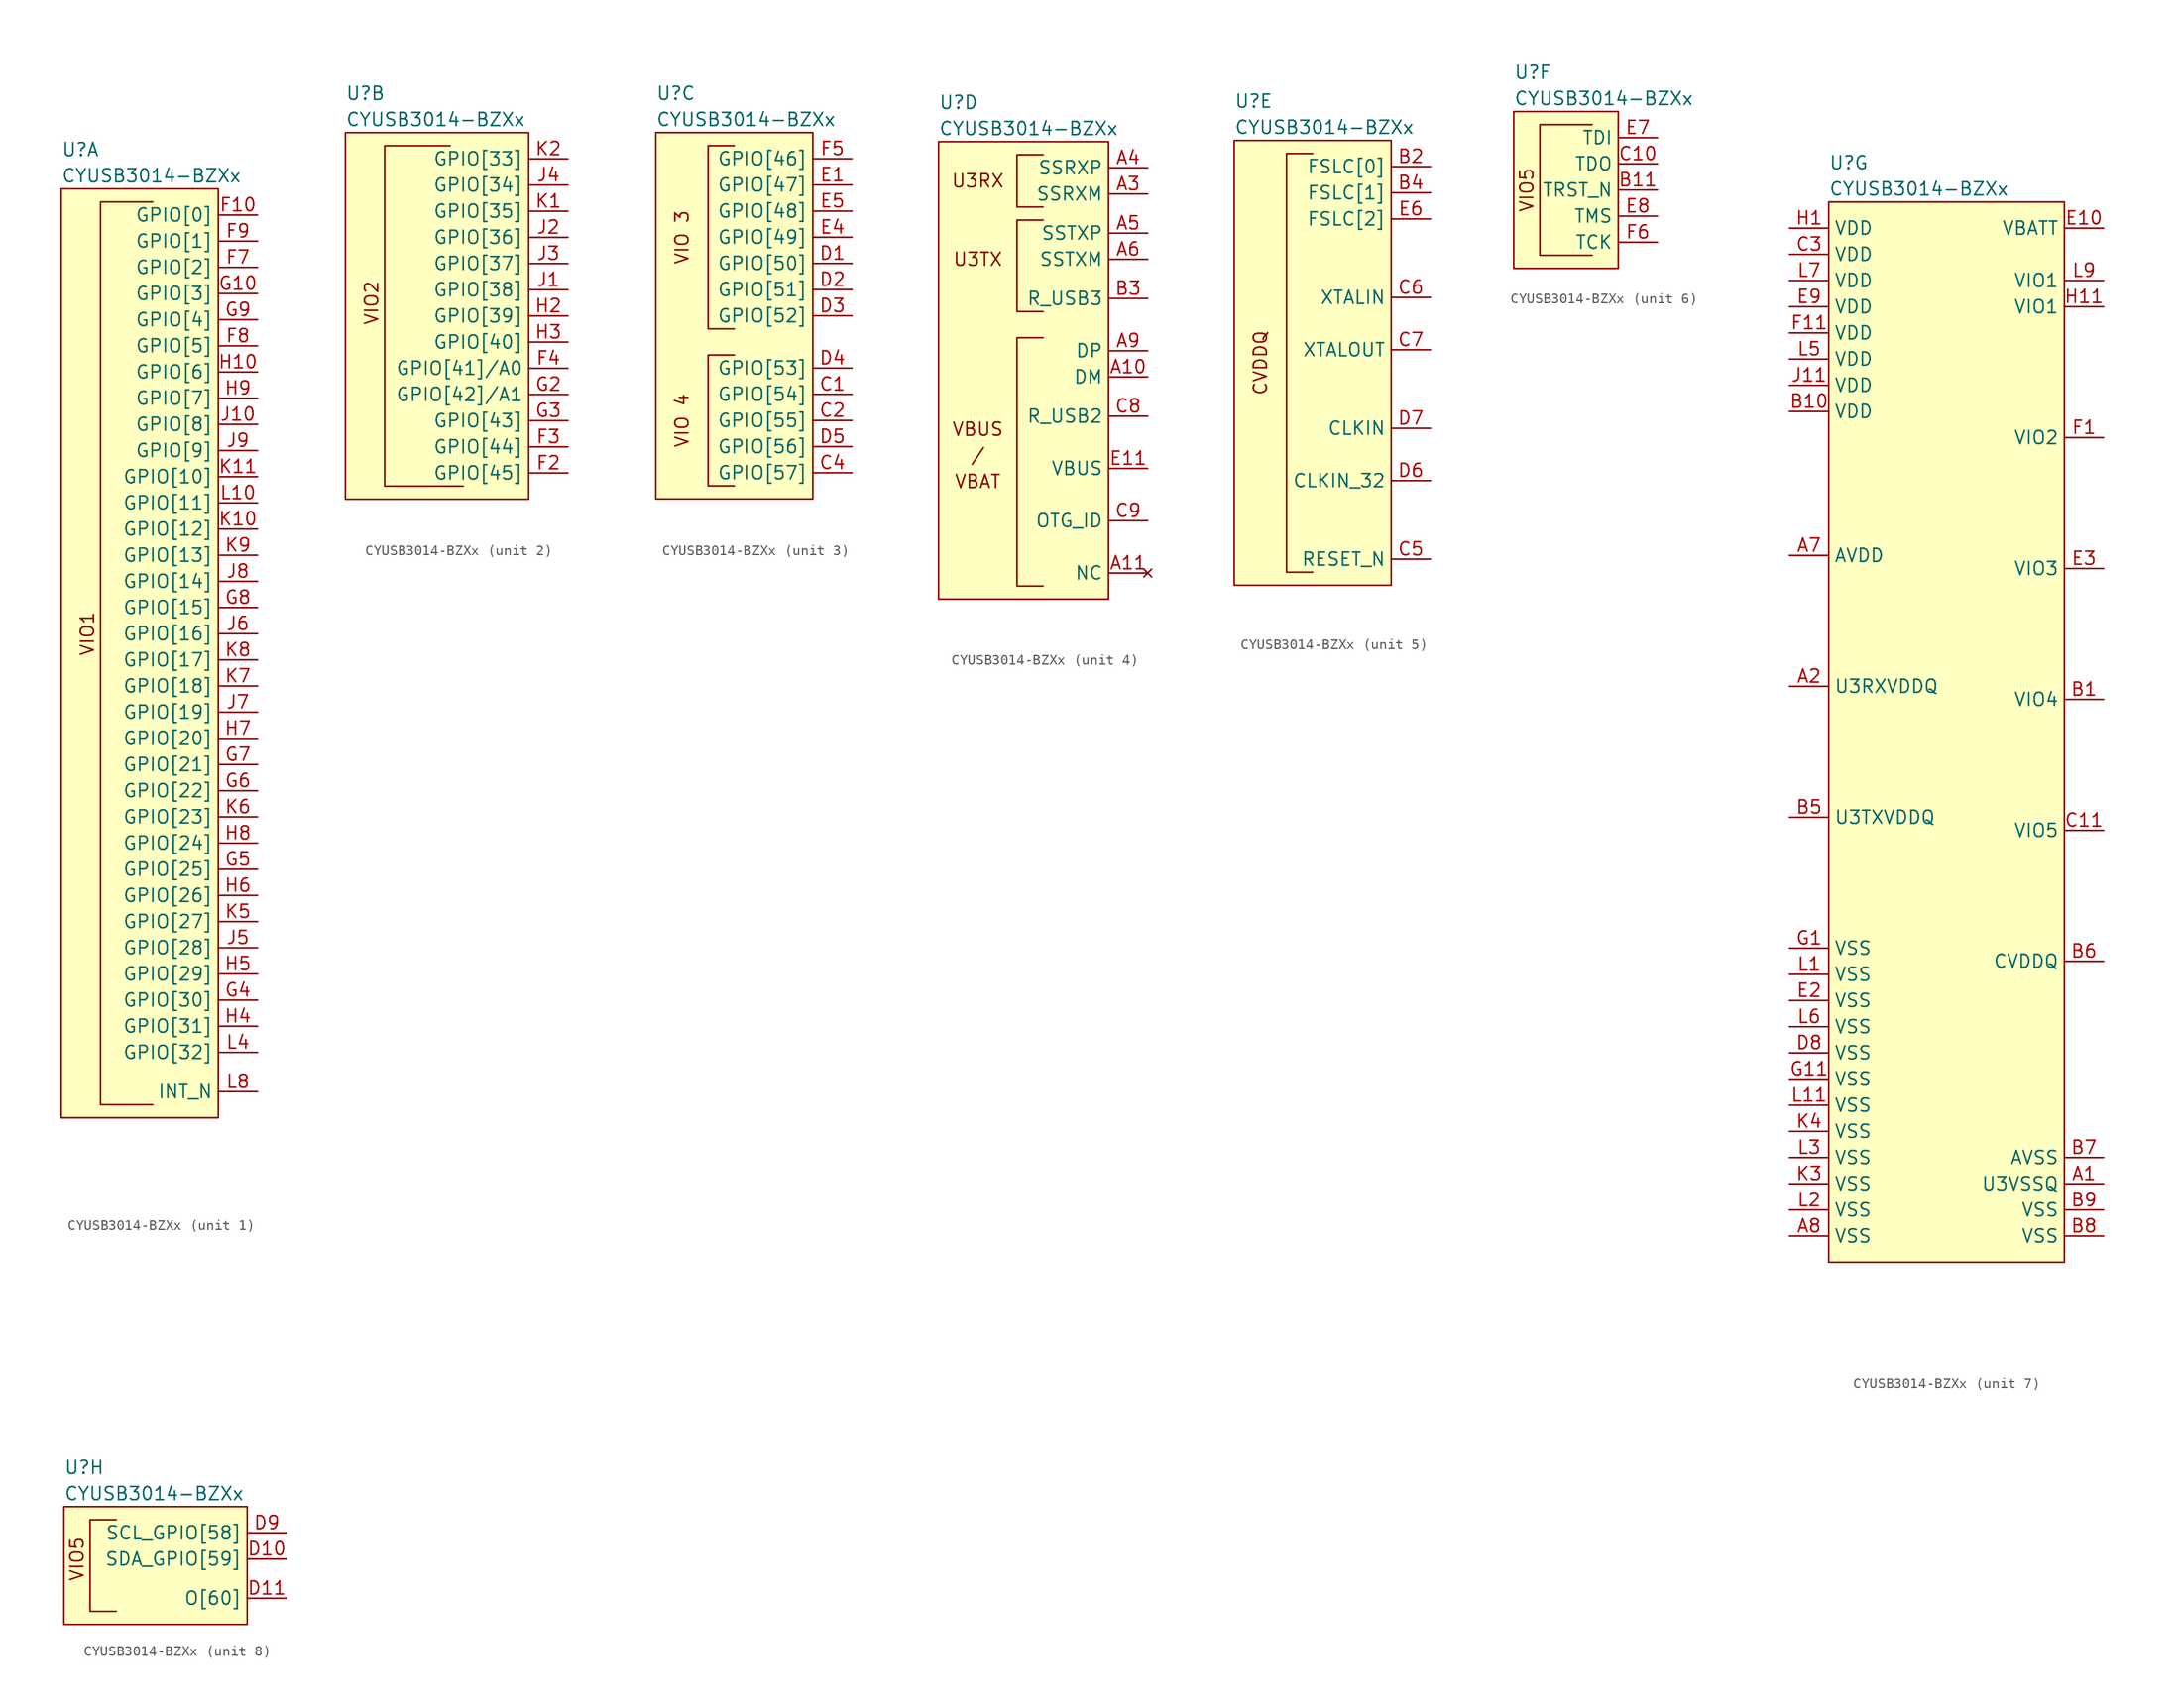
<source format=kicad_sym>
(kicad_symbol_lib
  (version 20211014)
  (generator kicad_symbol_editor)
  (symbol "CYUSB3014-BZXx"
    (property "Reference" "U"
      (at -5.08 30.48 0)
      (effects (font (size 1.27 1.27)) (justify left)))
    (property "Value" "CYUSB3014-BZXx"
      (at -5.08 27.94 0)
      (effects (font (size 1.27 1.27)) (justify left)))
    (property "ki_locked" ""
      (at 0 0 0)
      (effects (font (size 1.27 1.27))))
    (symbol "CYUSB3014-BZXx_1_0"
      (polyline (pts (xy 3.81 25.4) (xy -1.27 25.4) (xy -1.27 -13.97) (xy -1.27 -62.23) (xy 3.81 -62.23)) (stroke (width 0) (type default) (color 0 0 0 0)) (fill (type none))))
    (symbol "CYUSB3014-BZXx_1_1"
      (rectangle (start 10.16 26.67) (end -5.08 -63.5) (stroke (width 0) (type default) (color 0 0 0 0)) (fill (type background)))
      (text "VIO1" (at -2.54 -16.51 900) (effects (font (size 1.27 1.27))))
      (pin bidirectional line (at 13.97 24.13 180) (length 3.81) (name "GPIO[0]" (effects (font (size 1.27 1.27)))) (number "F10" (effects (font (size 1.27 1.27)))))
      (pin bidirectional line (at 13.97 19.05 180) (length 3.81) (name "GPIO[2]" (effects (font (size 1.27 1.27)))) (number "F7" (effects (font (size 1.27 1.27)))))
      (pin bidirectional line (at 13.97 11.43 180) (length 3.81) (name "GPIO[5]" (effects (font (size 1.27 1.27)))) (number "F8" (effects (font (size 1.27 1.27)))))
      (pin bidirectional line (at 13.97 21.59 180) (length 3.81) (name "GPIO[1]" (effects (font (size 1.27 1.27)))) (number "F9" (effects (font (size 1.27 1.27)))))
      (pin bidirectional line (at 13.97 16.51 180) (length 3.81) (name "GPIO[3]" (effects (font (size 1.27 1.27)))) (number "G10" (effects (font (size 1.27 1.27)))))
      (pin bidirectional line (at 13.97 -52.07 180) (length 3.81) (name "GPIO[30]" (effects (font (size 1.27 1.27)))) (number "G4" (effects (font (size 1.27 1.27)))))
      (pin bidirectional line (at 13.97 -39.37 180) (length 3.81) (name "GPIO[25]" (effects (font (size 1.27 1.27)))) (number "G5" (effects (font (size 1.27 1.27)))))
      (pin bidirectional line (at 13.97 -31.75 180) (length 3.81) (name "GPIO[22]" (effects (font (size 1.27 1.27)))) (number "G6" (effects (font (size 1.27 1.27)))))
      (pin bidirectional line (at 13.97 -29.21 180) (length 3.81) (name "GPIO[21]" (effects (font (size 1.27 1.27)))) (number "G7" (effects (font (size 1.27 1.27)))))
      (pin bidirectional line (at 13.97 -13.97 180) (length 3.81) (name "GPIO[15]" (effects (font (size 1.27 1.27)))) (number "G8" (effects (font (size 1.27 1.27)))))
      (pin bidirectional line (at 13.97 13.97 180) (length 3.81) (name "GPIO[4]" (effects (font (size 1.27 1.27)))) (number "G9" (effects (font (size 1.27 1.27)))))
      (pin bidirectional line (at 13.97 8.89 180) (length 3.81) (name "GPIO[6]" (effects (font (size 1.27 1.27)))) (number "H10" (effects (font (size 1.27 1.27)))))
      (pin bidirectional line (at 13.97 -54.61 180) (length 3.81) (name "GPIO[31]" (effects (font (size 1.27 1.27)))) (number "H4" (effects (font (size 1.27 1.27)))))
      (pin bidirectional line (at 13.97 -49.53 180) (length 3.81) (name "GPIO[29]" (effects (font (size 1.27 1.27)))) (number "H5" (effects (font (size 1.27 1.27)))))
      (pin bidirectional line (at 13.97 -41.91 180) (length 3.81) (name "GPIO[26]" (effects (font (size 1.27 1.27)))) (number "H6" (effects (font (size 1.27 1.27)))))
      (pin bidirectional line (at 13.97 -26.67 180) (length 3.81) (name "GPIO[20]" (effects (font (size 1.27 1.27)))) (number "H7" (effects (font (size 1.27 1.27)))))
      (pin bidirectional line (at 13.97 -36.83 180) (length 3.81) (name "GPIO[24]" (effects (font (size 1.27 1.27)))) (number "H8" (effects (font (size 1.27 1.27)))))
      (pin bidirectional line (at 13.97 6.35 180) (length 3.81) (name "GPIO[7]" (effects (font (size 1.27 1.27)))) (number "H9" (effects (font (size 1.27 1.27)))))
      (pin bidirectional line (at 13.97 3.81 180) (length 3.81) (name "GPIO[8]" (effects (font (size 1.27 1.27)))) (number "J10" (effects (font (size 1.27 1.27)))))
      (pin bidirectional line (at 13.97 -46.99 180) (length 3.81) (name "GPIO[28]" (effects (font (size 1.27 1.27)))) (number "J5" (effects (font (size 1.27 1.27)))))
      (pin bidirectional line (at 13.97 -16.51 180) (length 3.81) (name "GPIO[16]" (effects (font (size 1.27 1.27)))) (number "J6" (effects (font (size 1.27 1.27)))))
      (pin bidirectional line (at 13.97 -24.13 180) (length 3.81) (name "GPIO[19]" (effects (font (size 1.27 1.27)))) (number "J7" (effects (font (size 1.27 1.27)))))
      (pin bidirectional line (at 13.97 -11.43 180) (length 3.81) (name "GPIO[14]" (effects (font (size 1.27 1.27)))) (number "J8" (effects (font (size 1.27 1.27)))))
      (pin bidirectional line (at 13.97 1.27 180) (length 3.81) (name "GPIO[9]" (effects (font (size 1.27 1.27)))) (number "J9" (effects (font (size 1.27 1.27)))))
      (pin bidirectional line (at 13.97 -6.35 180) (length 3.81) (name "GPIO[12]" (effects (font (size 1.27 1.27)))) (number "K10" (effects (font (size 1.27 1.27)))))
      (pin bidirectional line (at 13.97 -1.27 180) (length 3.81) (name "GPIO[10]" (effects (font (size 1.27 1.27)))) (number "K11" (effects (font (size 1.27 1.27)))))
      (pin bidirectional line (at 13.97 -44.45 180) (length 3.81) (name "GPIO[27]" (effects (font (size 1.27 1.27)))) (number "K5" (effects (font (size 1.27 1.27)))))
      (pin bidirectional line (at 13.97 -34.29 180) (length 3.81) (name "GPIO[23]" (effects (font (size 1.27 1.27)))) (number "K6" (effects (font (size 1.27 1.27)))))
      (pin bidirectional line (at 13.97 -21.59 180) (length 3.81) (name "GPIO[18]" (effects (font (size 1.27 1.27)))) (number "K7" (effects (font (size 1.27 1.27)))))
      (pin bidirectional line (at 13.97 -19.05 180) (length 3.81) (name "GPIO[17]" (effects (font (size 1.27 1.27)))) (number "K8" (effects (font (size 1.27 1.27)))))
      (pin bidirectional line (at 13.97 -8.89 180) (length 3.81) (name "GPIO[13]" (effects (font (size 1.27 1.27)))) (number "K9" (effects (font (size 1.27 1.27)))))
      (pin bidirectional line (at 13.97 -3.81 180) (length 3.81) (name "GPIO[11]" (effects (font (size 1.27 1.27)))) (number "L10" (effects (font (size 1.27 1.27)))))
      (pin bidirectional line (at 13.97 -57.15 180) (length 3.81) (name "GPIO[32]" (effects (font (size 1.27 1.27)))) (number "L4" (effects (font (size 1.27 1.27)))))
      (pin bidirectional line (at 13.97 -60.96 180) (length 3.81) (name "INT_N" (effects (font (size 1.27 1.27)))) (number "L8" (effects (font (size 1.27 1.27))))))
    (symbol "CYUSB3014-BZXx_2_1"
      (polyline (pts (xy 5.08 25.4) (xy -1.27 25.4) (xy -1.27 -7.62) (xy 6.35 -7.62)) (stroke (width 0) (type default) (color 0 0 0 0)) (fill (type none)))
      (rectangle (start 12.7 26.67) (end -5.08 -8.89) (stroke (width 0) (type default) (color 0 0 0 0)) (fill (type background)))
      (text "VIO2" (at -2.54 10.16 900) (effects (font (size 1.27 1.27))))
      (pin bidirectional line (at 16.51 -6.35 180) (length 3.81) (name "GPIO[45]" (effects (font (size 1.27 1.27)))) (number "F2" (effects (font (size 1.27 1.27)))))
      (pin bidirectional line (at 16.51 -3.81 180) (length 3.81) (name "GPIO[44]" (effects (font (size 1.27 1.27)))) (number "F3" (effects (font (size 1.27 1.27)))))
      (pin bidirectional line (at 16.51 3.81 180) (length 3.81) (name "GPIO[41]/A0" (effects (font (size 1.27 1.27)))) (number "F4" (effects (font (size 1.27 1.27)))))
      (pin bidirectional line (at 16.51 1.27 180) (length 3.81) (name "GPIO[42]/A1" (effects (font (size 1.27 1.27)))) (number "G2" (effects (font (size 1.27 1.27)))))
      (pin bidirectional line (at 16.51 -1.27 180) (length 3.81) (name "GPIO[43]" (effects (font (size 1.27 1.27)))) (number "G3" (effects (font (size 1.27 1.27)))))
      (pin bidirectional line (at 16.51 8.89 180) (length 3.81) (name "GPIO[39]" (effects (font (size 1.27 1.27)))) (number "H2" (effects (font (size 1.27 1.27)))))
      (pin bidirectional line (at 16.51 6.35 180) (length 3.81) (name "GPIO[40]" (effects (font (size 1.27 1.27)))) (number "H3" (effects (font (size 1.27 1.27)))))
      (pin bidirectional line (at 16.51 11.43 180) (length 3.81) (name "GPIO[38]" (effects (font (size 1.27 1.27)))) (number "J1" (effects (font (size 1.27 1.27)))))
      (pin bidirectional line (at 16.51 16.51 180) (length 3.81) (name "GPIO[36]" (effects (font (size 1.27 1.27)))) (number "J2" (effects (font (size 1.27 1.27)))))
      (pin bidirectional line (at 16.51 13.97 180) (length 3.81) (name "GPIO[37]" (effects (font (size 1.27 1.27)))) (number "J3" (effects (font (size 1.27 1.27)))))
      (pin bidirectional line (at 16.51 21.59 180) (length 3.81) (name "GPIO[34]" (effects (font (size 1.27 1.27)))) (number "J4" (effects (font (size 1.27 1.27)))))
      (pin bidirectional line (at 16.51 19.05 180) (length 3.81) (name "GPIO[35]" (effects (font (size 1.27 1.27)))) (number "K1" (effects (font (size 1.27 1.27)))))
      (pin bidirectional line (at 16.51 24.13 180) (length 3.81) (name "GPIO[33]" (effects (font (size 1.27 1.27)))) (number "K2" (effects (font (size 1.27 1.27))))))
    (symbol "CYUSB3014-BZXx_3_0"
      (polyline (pts (xy 2.54 5.08) (xy 0 5.08) (xy 0 -7.62) (xy 2.54 -7.62)) (stroke (width 0) (type default) (color 0 0 0 0)) (fill (type none)))
      (polyline (pts (xy 2.54 25.4) (xy 0 25.4) (xy 0 7.62) (xy 2.54 7.62)) (stroke (width 0) (type default) (color 0 0 0 0)) (fill (type none))))
    (symbol "CYUSB3014-BZXx_3_1"
      (rectangle (start -5.08 26.67) (end 10.16 -8.89) (stroke (width 0) (type default) (color 0 0 0 0)) (fill (type background)))
      (text "VIO 3" (at -2.54 16.51 900) (effects (font (size 1.27 1.27))))
      (text "VIO 4" (at -2.54 -1.27 900) (effects (font (size 1.27 1.27))))
      (pin bidirectional line (at 13.97 1.27 180) (length 3.81) (name "GPIO[54]" (effects (font (size 1.27 1.27)))) (number "C1" (effects (font (size 1.27 1.27)))))
      (pin bidirectional line (at 13.97 -1.27 180) (length 3.81) (name "GPIO[55]" (effects (font (size 1.27 1.27)))) (number "C2" (effects (font (size 1.27 1.27)))))
      (pin bidirectional line (at 13.97 -6.35 180) (length 3.81) (name "GPIO[57]" (effects (font (size 1.27 1.27)))) (number "C4" (effects (font (size 1.27 1.27)))))
      (pin bidirectional line (at 13.97 13.97 180) (length 3.81) (name "GPIO[50]" (effects (font (size 1.27 1.27)))) (number "D1" (effects (font (size 1.27 1.27)))))
      (pin bidirectional line (at 13.97 11.43 180) (length 3.81) (name "GPIO[51]" (effects (font (size 1.27 1.27)))) (number "D2" (effects (font (size 1.27 1.27)))))
      (pin bidirectional line (at 13.97 8.89 180) (length 3.81) (name "GPIO[52]" (effects (font (size 1.27 1.27)))) (number "D3" (effects (font (size 1.27 1.27)))))
      (pin bidirectional line (at 13.97 3.81 180) (length 3.81) (name "GPIO[53]" (effects (font (size 1.27 1.27)))) (number "D4" (effects (font (size 1.27 1.27)))))
      (pin bidirectional line (at 13.97 -3.81 180) (length 3.81) (name "GPIO[56]" (effects (font (size 1.27 1.27)))) (number "D5" (effects (font (size 1.27 1.27)))))
      (pin bidirectional line (at 13.97 21.59 180) (length 3.81) (name "GPIO[47]" (effects (font (size 1.27 1.27)))) (number "E1" (effects (font (size 1.27 1.27)))))
      (pin bidirectional line (at 13.97 16.51 180) (length 3.81) (name "GPIO[49]" (effects (font (size 1.27 1.27)))) (number "E4" (effects (font (size 1.27 1.27)))))
      (pin bidirectional line (at 13.97 19.05 180) (length 3.81) (name "GPIO[48]" (effects (font (size 1.27 1.27)))) (number "E5" (effects (font (size 1.27 1.27)))))
      (pin bidirectional line (at 13.97 24.13 180) (length 3.81) (name "GPIO[46]" (effects (font (size 1.27 1.27)))) (number "F5" (effects (font (size 1.27 1.27))))))
    (symbol "CYUSB3014-BZXx_4_0"
      (polyline (pts (xy 5.08 7.62) (xy 2.54 7.62) (xy 2.54 -16.51) (xy 5.08 -16.51)) (stroke (width 0) (type default) (color 0 0 0 0)) (fill (type none)))
      (polyline (pts (xy 5.08 19.05) (xy 2.54 19.05) (xy 2.54 10.16) (xy 5.08 10.16)) (stroke (width 0) (type default) (color 0 0 0 0)) (fill (type none)))
      (polyline (pts (xy 5.08 20.32) (xy 2.54 20.32) (xy 2.54 25.4) (xy 5.08 25.4)) (stroke (width 0) (type default) (color 0 0 0 0)) (fill (type none)))
      (text "/" (at -1.27 -3.81 0) (effects (font (size 1.27 1.27))))
      (text "U3RX" (at -1.27 22.86 0) (effects (font (size 1.27 1.27))))
      (text "U3TX" (at -1.27 15.24 0) (effects (font (size 1.27 1.27))))
      (text "VBAT" (at -1.27 -6.35 0) (effects (font (size 1.27 1.27))))
      (text "VBUS" (at -1.27 -1.27 0) (effects (font (size 1.27 1.27)))))
    (symbol "CYUSB3014-BZXx_4_1"
      (rectangle (start -5.08 26.67) (end 11.43 -17.78) (stroke (width 0) (type default) (color 0 0 0 0)) (fill (type background)))
      (pin bidirectional line (at 15.24 3.81 180) (length 3.81) (name "DM" (effects (font (size 1.27 1.27)))) (number "A10" (effects (font (size 1.27 1.27)))))
      (pin no_connect line (at 15.24 -15.24 180) (length 3.81) (name "NC" (effects (font (size 1.27 1.27)))) (number "A11" (effects (font (size 1.27 1.27)))))
      (pin input line (at 15.24 21.59 180) (length 3.81) (name "SSRXM" (effects (font (size 1.27 1.27)))) (number "A3" (effects (font (size 1.27 1.27)))))
      (pin input line (at 15.24 24.13 180) (length 3.81) (name "SSRXP" (effects (font (size 1.27 1.27)))) (number "A4" (effects (font (size 1.27 1.27)))))
      (pin output line (at 15.24 17.78 180) (length 3.81) (name "SSTXP" (effects (font (size 1.27 1.27)))) (number "A5" (effects (font (size 1.27 1.27)))))
      (pin output line (at 15.24 15.24 180) (length 3.81) (name "SSTXM" (effects (font (size 1.27 1.27)))) (number "A6" (effects (font (size 1.27 1.27)))))
      (pin bidirectional line (at 15.24 6.35 180) (length 3.81) (name "DP" (effects (font (size 1.27 1.27)))) (number "A9" (effects (font (size 1.27 1.27)))))
      (pin bidirectional line (at 15.24 11.43 180) (length 3.81) (name "R_USB3" (effects (font (size 1.27 1.27)))) (number "B3" (effects (font (size 1.27 1.27)))))
      (pin bidirectional line (at 15.24 0 180) (length 3.81) (name "R_USB2" (effects (font (size 1.27 1.27)))) (number "C8" (effects (font (size 1.27 1.27)))))
      (pin input line (at 15.24 -10.16 180) (length 3.81) (name "OTG_ID" (effects (font (size 1.27 1.27)))) (number "C9" (effects (font (size 1.27 1.27)))))
      (pin power_in line (at 15.24 -5.08 180) (length 3.81) (name "VBUS" (effects (font (size 1.27 1.27)))) (number "E11" (effects (font (size 1.27 1.27))))))
    (symbol "CYUSB3014-BZXx_5_0"
      (polyline (pts (xy 2.54 25.4) (xy 0 25.4) (xy 0 -15.24) (xy 2.54 -15.24)) (stroke (width 0) (type default) (color 0 0 0 0)) (fill (type none)))
      (text "CVDDQ" (at -2.54 5.08 900) (effects (font (size 1.27 1.27)))))
    (symbol "CYUSB3014-BZXx_5_1"
      (rectangle (start -5.08 26.67) (end 10.16 -16.51) (stroke (width 0) (type default) (color 0 0 0 0)) (fill (type background)))
      (pin input line (at 13.97 24.13 180) (length 3.81) (name "FSLC[0]" (effects (font (size 1.27 1.27)))) (number "B2" (effects (font (size 1.27 1.27)))))
      (pin input line (at 13.97 21.59 180) (length 3.81) (name "FSLC[1]" (effects (font (size 1.27 1.27)))) (number "B4" (effects (font (size 1.27 1.27)))))
      (pin input line (at 13.97 -13.97 180) (length 3.81) (name "RESET_N" (effects (font (size 1.27 1.27)))) (number "C5" (effects (font (size 1.27 1.27)))))
      (pin bidirectional line (at 13.97 11.43 180) (length 3.81) (name "XTALIN" (effects (font (size 1.27 1.27)))) (number "C6" (effects (font (size 1.27 1.27)))))
      (pin bidirectional line (at 13.97 6.35 180) (length 3.81) (name "XTALOUT" (effects (font (size 1.27 1.27)))) (number "C7" (effects (font (size 1.27 1.27)))))
      (pin input line (at 13.97 -6.35 180) (length 3.81) (name "CLKIN_32" (effects (font (size 1.27 1.27)))) (number "D6" (effects (font (size 1.27 1.27)))))
      (pin input line (at 13.97 -1.27 180) (length 3.81) (name "CLKIN" (effects (font (size 1.27 1.27)))) (number "D7" (effects (font (size 1.27 1.27)))))
      (pin input line (at 13.97 19.05 180) (length 3.81) (name "FSLC[2]" (effects (font (size 1.27 1.27)))) (number "E6" (effects (font (size 1.27 1.27))))))
    (symbol "CYUSB3014-BZXx_6_0"
      (polyline (pts (xy 2.54 25.4) (xy -2.54 25.4) (xy -2.54 12.7) (xy 2.54 12.7)) (stroke (width 0) (type default) (color 0 0 0 0)) (fill (type none)))
      (rectangle (start 5.08 26.67) (end -5.08 11.43) (stroke (width 0) (type default) (color 0 0 0 0)) (fill (type background)))
      (text "VIO5" (at -3.81 19.05 900) (effects (font (size 1.27 1.27)))))
    (symbol "CYUSB3014-BZXx_6_1"
      (pin input line (at 8.89 19.05 180) (length 3.81) (name "TRST_N" (effects (font (size 1.27 1.27)))) (number "B11" (effects (font (size 1.27 1.27)))))
      (pin output line (at 8.89 21.59 180) (length 3.81) (name "TDO" (effects (font (size 1.27 1.27)))) (number "C10" (effects (font (size 1.27 1.27)))))
      (pin input line (at 8.89 24.13 180) (length 3.81) (name "TDI" (effects (font (size 1.27 1.27)))) (number "E7" (effects (font (size 1.27 1.27)))))
      (pin input line (at 8.89 16.51 180) (length 3.81) (name "TMS" (effects (font (size 1.27 1.27)))) (number "E8" (effects (font (size 1.27 1.27)))))
      (pin input line (at 8.89 13.97 180) (length 3.81) (name "TCK" (effects (font (size 1.27 1.27)))) (number "F6" (effects (font (size 1.27 1.27))))))
    (symbol "CYUSB3014-BZXx_7_1"
      (rectangle (start -5.08 26.67) (end 17.78 -76.2) (stroke (width 0) (type default) (color 0 0 0 0)) (fill (type background)))
      (pin power_in line (at 21.59 -68.58 180) (length 3.81) (name "U3VSSQ" (effects (font (size 1.27 1.27)))) (number "A1" (effects (font (size 1.27 1.27)))))
      (pin power_in line (at -8.89 -20.32 0) (length 3.81) (name "U3RXVDDQ" (effects (font (size 1.27 1.27)))) (number "A2" (effects (font (size 1.27 1.27)))))
      (pin power_in line (at -8.89 -7.62 0) (length 3.81) (name "AVDD" (effects (font (size 1.27 1.27)))) (number "A7" (effects (font (size 1.27 1.27)))))
      (pin power_in line (at -8.89 -73.66 0) (length 3.81) (name "VSS" (effects (font (size 1.27 1.27)))) (number "A8" (effects (font (size 1.27 1.27)))))
      (pin power_in line (at 21.59 -21.59 180) (length 3.81) (name "VIO4" (effects (font (size 1.27 1.27)))) (number "B1" (effects (font (size 1.27 1.27)))))
      (pin power_in line (at -8.89 6.35 0) (length 3.81) (name "VDD" (effects (font (size 1.27 1.27)))) (number "B10" (effects (font (size 1.27 1.27)))))
      (pin power_in line (at -8.89 -33.02 0) (length 3.81) (name "U3TXVDDQ" (effects (font (size 1.27 1.27)))) (number "B5" (effects (font (size 1.27 1.27)))))
      (pin power_in line (at 21.59 -46.99 180) (length 3.81) (name "CVDDQ" (effects (font (size 1.27 1.27)))) (number "B6" (effects (font (size 1.27 1.27)))))
      (pin power_in line (at 21.59 -66.04 180) (length 3.81) (name "AVSS" (effects (font (size 1.27 1.27)))) (number "B7" (effects (font (size 1.27 1.27)))))
      (pin power_in line (at 21.59 -73.66 180) (length 3.81) (name "VSS" (effects (font (size 1.27 1.27)))) (number "B8" (effects (font (size 1.27 1.27)))))
      (pin power_in line (at 21.59 -71.12 180) (length 3.81) (name "VSS" (effects (font (size 1.27 1.27)))) (number "B9" (effects (font (size 1.27 1.27)))))
      (pin power_in line (at 21.59 -34.29 180) (length 3.81) (name "VIO5" (effects (font (size 1.27 1.27)))) (number "C11" (effects (font (size 1.27 1.27)))))
      (pin power_in line (at -8.89 21.59 0) (length 3.81) (name "VDD" (effects (font (size 1.27 1.27)))) (number "C3" (effects (font (size 1.27 1.27)))))
      (pin power_in line (at -8.89 -55.88 0) (length 3.81) (name "VSS" (effects (font (size 1.27 1.27)))) (number "D8" (effects (font (size 1.27 1.27)))))
      (pin power_in line (at 21.59 24.13 180) (length 3.81) (name "VBATT" (effects (font (size 1.27 1.27)))) (number "E10" (effects (font (size 1.27 1.27)))))
      (pin power_in line (at -8.89 -50.8 0) (length 3.81) (name "VSS" (effects (font (size 1.27 1.27)))) (number "E2" (effects (font (size 1.27 1.27)))))
      (pin power_in line (at 21.59 -8.89 180) (length 3.81) (name "VIO3" (effects (font (size 1.27 1.27)))) (number "E3" (effects (font (size 1.27 1.27)))))
      (pin power_in line (at -8.89 16.51 0) (length 3.81) (name "VDD" (effects (font (size 1.27 1.27)))) (number "E9" (effects (font (size 1.27 1.27)))))
      (pin power_in line (at 21.59 3.81 180) (length 3.81) (name "VIO2" (effects (font (size 1.27 1.27)))) (number "F1" (effects (font (size 1.27 1.27)))))
      (pin power_in line (at -8.89 13.97 0) (length 3.81) (name "VDD" (effects (font (size 1.27 1.27)))) (number "F11" (effects (font (size 1.27 1.27)))))
      (pin power_in line (at -8.89 -45.72 0) (length 3.81) (name "VSS" (effects (font (size 1.27 1.27)))) (number "G1" (effects (font (size 1.27 1.27)))))
      (pin power_in line (at -8.89 -58.42 0) (length 3.81) (name "VSS" (effects (font (size 1.27 1.27)))) (number "G11" (effects (font (size 1.27 1.27)))))
      (pin power_in line (at -8.89 24.13 0) (length 3.81) (name "VDD" (effects (font (size 1.27 1.27)))) (number "H1" (effects (font (size 1.27 1.27)))))
      (pin power_in line (at 21.59 16.51 180) (length 3.81) (name "VIO1" (effects (font (size 1.27 1.27)))) (number "H11" (effects (font (size 1.27 1.27)))))
      (pin power_in line (at -8.89 8.89 0) (length 3.81) (name "VDD" (effects (font (size 1.27 1.27)))) (number "J11" (effects (font (size 1.27 1.27)))))
      (pin power_in line (at -8.89 -68.58 0) (length 3.81) (name "VSS" (effects (font (size 1.27 1.27)))) (number "K3" (effects (font (size 1.27 1.27)))))
      (pin power_in line (at -8.89 -63.5 0) (length 3.81) (name "VSS" (effects (font (size 1.27 1.27)))) (number "K4" (effects (font (size 1.27 1.27)))))
      (pin power_in line (at -8.89 -48.26 0) (length 3.81) (name "VSS" (effects (font (size 1.27 1.27)))) (number "L1" (effects (font (size 1.27 1.27)))))
      (pin power_in line (at -8.89 -60.96 0) (length 3.81) (name "VSS" (effects (font (size 1.27 1.27)))) (number "L11" (effects (font (size 1.27 1.27)))))
      (pin power_in line (at -8.89 -71.12 0) (length 3.81) (name "VSS" (effects (font (size 1.27 1.27)))) (number "L2" (effects (font (size 1.27 1.27)))))
      (pin power_in line (at -8.89 -66.04 0) (length 3.81) (name "VSS" (effects (font (size 1.27 1.27)))) (number "L3" (effects (font (size 1.27 1.27)))))
      (pin power_in line (at -8.89 11.43 0) (length 3.81) (name "VDD" (effects (font (size 1.27 1.27)))) (number "L5" (effects (font (size 1.27 1.27)))))
      (pin power_in line (at -8.89 -53.34 0) (length 3.81) (name "VSS" (effects (font (size 1.27 1.27)))) (number "L6" (effects (font (size 1.27 1.27)))))
      (pin power_in line (at -8.89 19.05 0) (length 3.81) (name "VDD" (effects (font (size 1.27 1.27)))) (number "L7" (effects (font (size 1.27 1.27)))))
      (pin power_in line (at 21.59 19.05 180) (length 3.81) (name "VIO1" (effects (font (size 1.27 1.27)))) (number "L9" (effects (font (size 1.27 1.27))))))
    (symbol "CYUSB3014-BZXx_8_1"
      (rectangle (start -5.08 26.67) (end 12.7 15.24) (stroke (width 0) (type default) (color 0 0 0 0)) (fill (type background)))
      (polyline (pts (xy 0 25.4) (xy -2.54 25.4) (xy -2.54 16.51) (xy 0 16.51)) (stroke (width 0) (type default) (color 0 0 0 0)) (fill (type none)))
      (text "VIO5" (at -3.81 21.59 900) (effects (font (size 1.27 1.27))))
      (pin bidirectional line (at 16.51 21.59 180) (length 3.81) (name "SDA_GPIO[59]" (effects (font (size 1.27 1.27)))) (number "D10" (effects (font (size 1.27 1.27)))))
      (pin bidirectional line (at 16.51 17.78 180) (length 3.81) (name "O[60]" (effects (font (size 1.27 1.27)))) (number "D11" (effects (font (size 1.27 1.27)))))
      (pin bidirectional line (at 16.51 24.13 180) (length 3.81) (name "SCL_GPIO[58]" (effects (font (size 1.27 1.27)))) (number "D9" (effects (font (size 1.27 1.27))))))))
</source>
